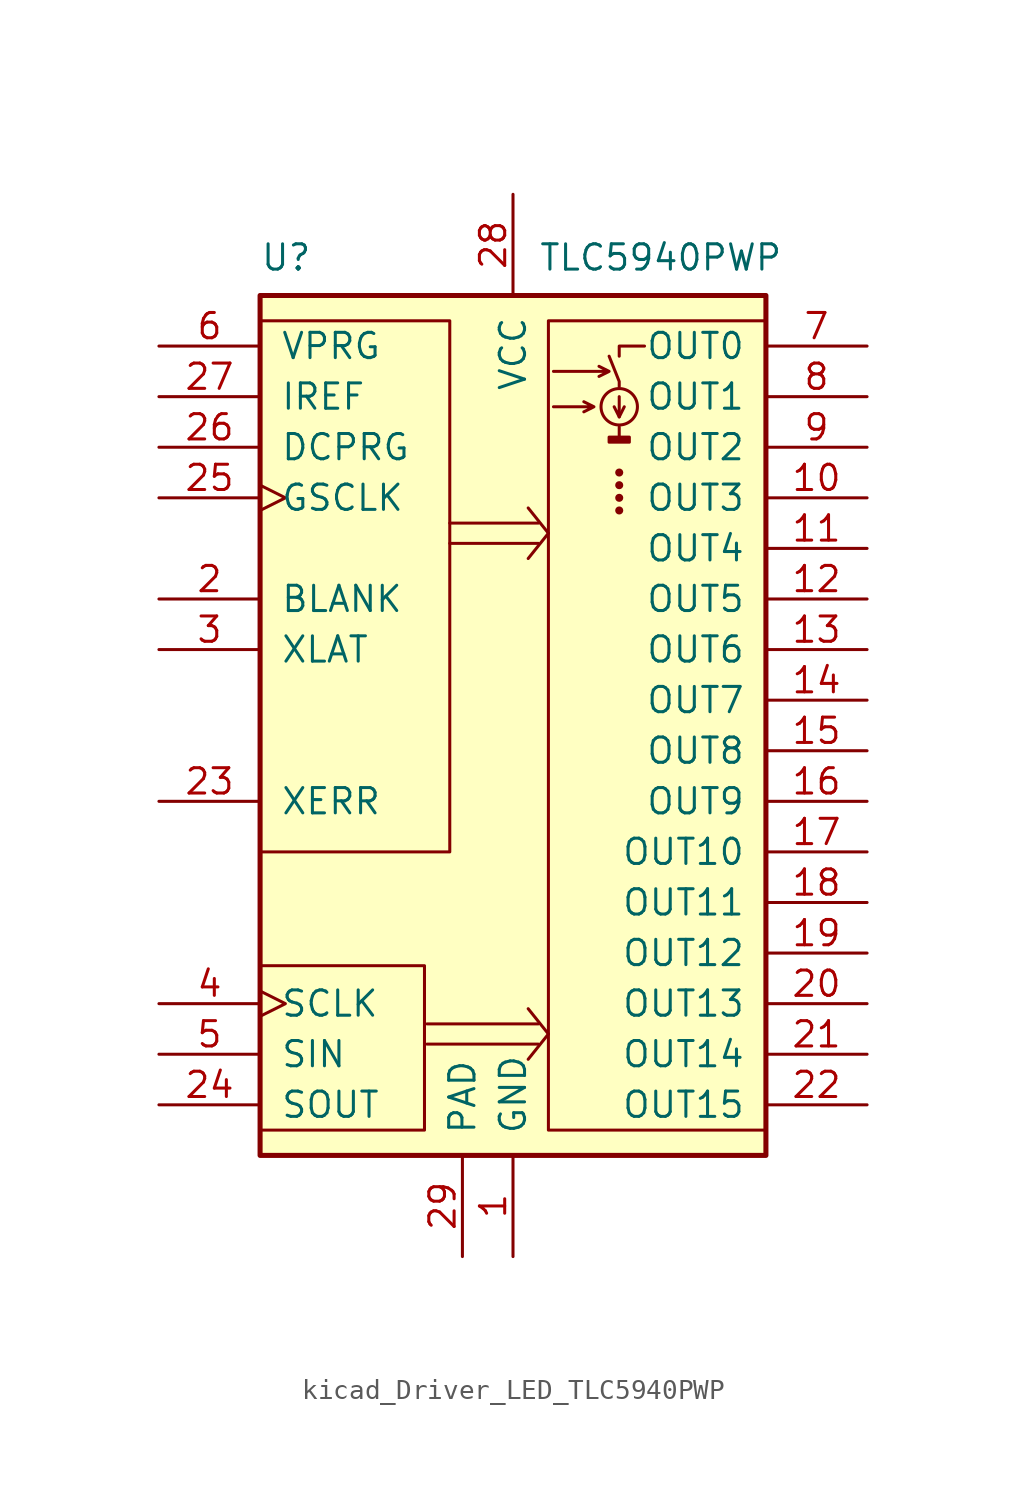
<source format=kicad_sym>
(kicad_symbol_lib
  (version 20220914)
  (generator kicad_symbol_editor)
  (symbol "kicad_Driver_LED_TLC5940PWP"
    (pin_names
      (offset 1.016))
    (property "Reference" "U"
      (at -12.7 22.225 0)
      (effects (font (size 1.27 1.27)) (justify left)))
    (property "Value" "TLC5940PWP"
      (at 1.27 22.225 0)
      (effects (font (size 1.27 1.27)) (justify left)))
    (symbol "kicad_Driver_LED_TLC5940PWP_0_1"
      (rectangle (start -12.7 -21.59) (end -4.445 -13.335) (stroke (width 0) (type default)) (fill (type none)))
      (rectangle (start -12.7 19.05) (end -3.175 -7.62) (stroke (width 0) (type default)) (fill (type none)))
      (rectangle (start -12.7 20.32) (end 12.7 -22.86) (stroke (width 0.254) (type default)) (fill (type background)))
      (polyline (pts (xy -4.318 -16.256) (xy 1.27 -16.256)) (stroke (width 0) (type default)) (fill (type none)))
      (polyline (pts (xy -3.175 8.89) (xy 1.27 8.89)) (stroke (width 0) (type default)) (fill (type none)))
      (polyline (pts (xy 1.27 -17.272) (xy -4.318 -17.272)) (stroke (width 0) (type default)) (fill (type none)))
      (polyline (pts (xy 1.27 7.874) (xy -3.175 7.874)) (stroke (width 0) (type default)) (fill (type none)))
      (polyline (pts (xy 1.778 -16.764) (xy 0.762 -18.034)) (stroke (width 0) (type default)) (fill (type none)))
      (polyline (pts (xy 1.778 -16.764) (xy 0.762 -15.494)) (stroke (width 0) (type default)) (fill (type none)))
      (polyline (pts (xy 1.778 8.382) (xy 0.762 7.112)) (stroke (width 0) (type default)) (fill (type none)))
      (polyline (pts (xy 1.778 8.382) (xy 0.762 9.652)) (stroke (width 0) (type default)) (fill (type none)))
      (polyline (pts (xy 5.334 13.716) (xy 5.334 13.208)) (stroke (width 0) (type default)) (fill (type none)))
      (polyline (pts (xy 5.334 14.224) (xy 5.588 14.732)) (stroke (width 0) (type default)) (fill (type none)))
      (polyline (pts (xy 5.334 15.24) (xy 5.334 14.224) (xy 5.08 14.732)) (stroke (width 0) (type default)) (fill (type none)))
      (polyline (pts (xy 5.334 15.748) (xy 5.334 16.002) (xy 4.826 17.272)) (stroke (width 0) (type default)) (fill (type none)))
      (polyline (pts (xy 5.334 17.272) (xy 5.334 17.78) (xy 6.604 17.78)) (stroke (width 0) (type default)) (fill (type none)))
      (polyline (pts (xy 2.032 14.732) (xy 4.064 14.732) (xy 3.556 14.986) (xy 4.064 14.732) (xy 3.556 14.478)) (stroke (width 0) (type default)) (fill (type none)))
      (polyline (pts (xy 2.032 16.51) (xy 4.826 16.51) (xy 4.318 16.764) (xy 4.826 16.51) (xy 4.318 16.256)) (stroke (width 0) (type default)) (fill (type none)))
      (rectangle (start 1.778 19.05) (end 12.7 -21.59) (stroke (width 0) (type default)) (fill (type none)))
      (rectangle (start 4.826 13.208) (end 5.842 12.954) (stroke (width 0) (type default)) (fill (type outline)))
      (circle (center 5.334 9.525) (radius 0.127) (stroke (width 0) (type default)) (fill (type outline)))
      (circle (center 5.334 10.16) (radius 0.127) (stroke (width 0) (type default)) (fill (type outline)))
      (circle (center 5.334 10.795) (radius 0.127) (stroke (width 0) (type default)) (fill (type outline)))
      (circle (center 5.334 11.43) (radius 0.127) (stroke (width 0) (type default)) (fill (type outline)))
      (circle (center 5.334 14.732) (radius 0.914) (stroke (width 0) (type default)) (fill (type none))))
    (symbol "kicad_Driver_LED_TLC5940PWP_1_1"
      (pin power_in line (at 0 -27.94 90) (length 5.08) (name "GND" (effects (font (size 1.27 1.27)))) (number "1" (effects (font (size 1.27 1.27)))))
      (pin open_collector line (at 17.78 10.16 180) (length 5.08) (name "OUT3" (effects (font (size 1.27 1.27)))) (number "10" (effects (font (size 1.27 1.27)))))
      (pin open_collector line (at 17.78 7.62 180) (length 5.08) (name "OUT4" (effects (font (size 1.27 1.27)))) (number "11" (effects (font (size 1.27 1.27)))))
      (pin open_collector line (at 17.78 5.08 180) (length 5.08) (name "OUT5" (effects (font (size 1.27 1.27)))) (number "12" (effects (font (size 1.27 1.27)))))
      (pin open_collector line (at 17.78 2.54 180) (length 5.08) (name "OUT6" (effects (font (size 1.27 1.27)))) (number "13" (effects (font (size 1.27 1.27)))))
      (pin open_collector line (at 17.78 0 180) (length 5.08) (name "OUT7" (effects (font (size 1.27 1.27)))) (number "14" (effects (font (size 1.27 1.27)))))
      (pin open_collector line (at 17.78 -2.54 180) (length 5.08) (name "OUT8" (effects (font (size 1.27 1.27)))) (number "15" (effects (font (size 1.27 1.27)))))
      (pin open_collector line (at 17.78 -5.08 180) (length 5.08) (name "OUT9" (effects (font (size 1.27 1.27)))) (number "16" (effects (font (size 1.27 1.27)))))
      (pin open_collector line (at 17.78 -7.62 180) (length 5.08) (name "OUT10" (effects (font (size 1.27 1.27)))) (number "17" (effects (font (size 1.27 1.27)))))
      (pin open_collector line (at 17.78 -10.16 180) (length 5.08) (name "OUT11" (effects (font (size 1.27 1.27)))) (number "18" (effects (font (size 1.27 1.27)))))
      (pin open_collector line (at 17.78 -12.7 180) (length 5.08) (name "OUT12" (effects (font (size 1.27 1.27)))) (number "19" (effects (font (size 1.27 1.27)))))
      (pin input line (at -17.78 5.08 0) (length 5.08) (name "BLANK" (effects (font (size 1.27 1.27)))) (number "2" (effects (font (size 1.27 1.27)))))
      (pin open_collector line (at 17.78 -15.24 180) (length 5.08) (name "OUT13" (effects (font (size 1.27 1.27)))) (number "20" (effects (font (size 1.27 1.27)))))
      (pin open_collector line (at 17.78 -17.78 180) (length 5.08) (name "OUT14" (effects (font (size 1.27 1.27)))) (number "21" (effects (font (size 1.27 1.27)))))
      (pin open_collector line (at 17.78 -20.32 180) (length 5.08) (name "OUT15" (effects (font (size 1.27 1.27)))) (number "22" (effects (font (size 1.27 1.27)))))
      (pin open_collector line (at -17.78 -5.08 0) (length 5.08) (name "XERR" (effects (font (size 1.27 1.27)))) (number "23" (effects (font (size 1.27 1.27)))))
      (pin output line (at -17.78 -20.32 0) (length 5.08) (name "SOUT" (effects (font (size 1.27 1.27)))) (number "24" (effects (font (size 1.27 1.27)))))
      (pin input clock (at -17.78 10.16 0) (length 5.08) (name "GSCLK" (effects (font (size 1.27 1.27)))) (number "25" (effects (font (size 1.27 1.27)))))
      (pin input line (at -17.78 12.7 0) (length 5.08) (name "DCPRG" (effects (font (size 1.27 1.27)))) (number "26" (effects (font (size 1.27 1.27)))))
      (pin input line (at -17.78 15.24 0) (length 5.08) (name "IREF" (effects (font (size 1.27 1.27)))) (number "27" (effects (font (size 1.27 1.27)))))
      (pin power_in line (at 0 25.4 270) (length 5.08) (name "VCC" (effects (font (size 1.27 1.27)))) (number "28" (effects (font (size 1.27 1.27)))))
      (pin input line (at -2.54 -27.94 90) (length 5.08) (name "PAD" (effects (font (size 1.27 1.27)))) (number "29" (effects (font (size 1.27 1.27)))))
      (pin input line (at -17.78 2.54 0) (length 5.08) (name "XLAT" (effects (font (size 1.27 1.27)))) (number "3" (effects (font (size 1.27 1.27)))))
      (pin input clock (at -17.78 -15.24 0) (length 5.08) (name "SCLK" (effects (font (size 1.27 1.27)))) (number "4" (effects (font (size 1.27 1.27)))))
      (pin input line (at -17.78 -17.78 0) (length 5.08) (name "SIN" (effects (font (size 1.27 1.27)))) (number "5" (effects (font (size 1.27 1.27)))))
      (pin input line (at -17.78 17.78 0) (length 5.08) (name "VPRG" (effects (font (size 1.27 1.27)))) (number "6" (effects (font (size 1.27 1.27)))))
      (pin open_collector line (at 17.78 17.78 180) (length 5.08) (name "OUT0" (effects (font (size 1.27 1.27)))) (number "7" (effects (font (size 1.27 1.27)))))
      (pin open_collector line (at 17.78 15.24 180) (length 5.08) (name "OUT1" (effects (font (size 1.27 1.27)))) (number "8" (effects (font (size 1.27 1.27)))))
      (pin open_collector line (at 17.78 12.7 180) (length 5.08) (name "OUT2" (effects (font (size 1.27 1.27)))) (number "9" (effects (font (size 1.27 1.27))))))))
</source>
